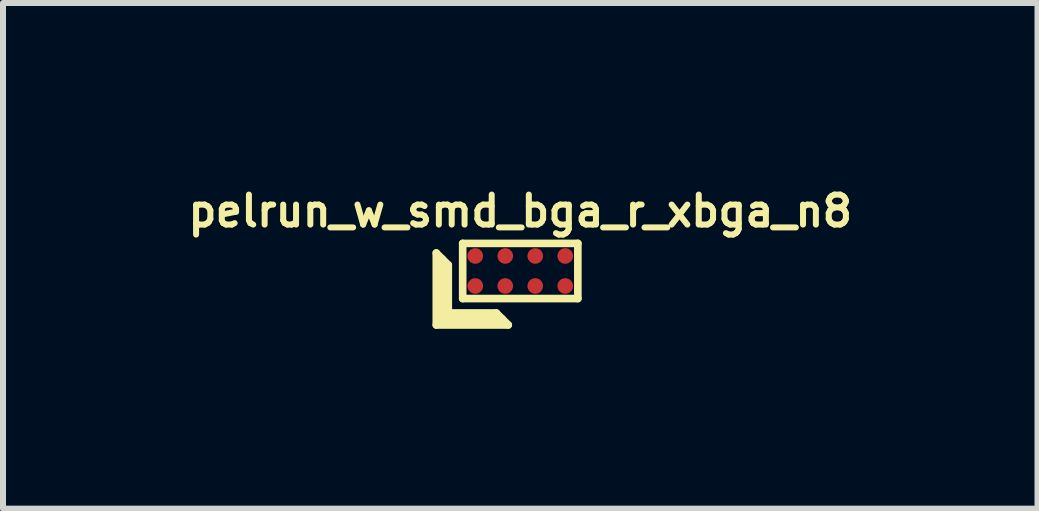
<source format=kicad_pcb>
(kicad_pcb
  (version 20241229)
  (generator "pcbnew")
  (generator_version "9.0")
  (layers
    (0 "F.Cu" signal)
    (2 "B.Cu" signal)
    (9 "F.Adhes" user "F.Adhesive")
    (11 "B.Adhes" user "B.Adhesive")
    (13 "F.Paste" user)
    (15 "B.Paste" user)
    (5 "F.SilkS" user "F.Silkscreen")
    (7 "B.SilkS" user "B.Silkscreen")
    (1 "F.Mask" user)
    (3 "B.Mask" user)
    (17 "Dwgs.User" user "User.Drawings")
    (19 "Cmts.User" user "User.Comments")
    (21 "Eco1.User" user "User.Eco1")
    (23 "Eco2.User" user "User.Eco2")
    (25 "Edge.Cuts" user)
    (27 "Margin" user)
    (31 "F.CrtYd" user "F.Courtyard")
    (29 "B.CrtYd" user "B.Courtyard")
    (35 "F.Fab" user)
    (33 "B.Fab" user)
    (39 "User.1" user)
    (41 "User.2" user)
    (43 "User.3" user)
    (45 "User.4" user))
  (footprint "pelrun_w_smd_bga_r_xbga_n8"
    (layer "F.Cu")
    (at 5.624 1.468)
    (property "Reference" "pelrun_w_smd_bga_r_xbga_n8" (at 0 -1 0) (layer "F.SilkS") (effects (font (size 0.5 0.5) (thickness 0.1))))
    (attr through_hole)
    (fp_line (start -1.4 -0.3) (end -1.2 -0.1) (stroke (width 0.127) (type solid)) (layer "F.SilkS"))
    (fp_line (start -1.4 0.9) (end -1.4 -0.3) (stroke (width 0.127) (type solid)) (layer "F.SilkS"))
    (fp_line (start -1.3 -0.2) (end -1.3 0.8) (stroke (width 0.127) (type solid)) (layer "F.SilkS"))
    (fp_line (start -1.3 0.8) (end -0.3 0.8) (stroke (width 0.127) (type solid)) (layer "F.SilkS"))
    (fp_line (start -1.2 -0.1) (end -1.2 0.7) (stroke (width 0.127) (type solid)) (layer "F.SilkS"))
    (fp_line (start -1.2 0.7) (end -0.4 0.7) (stroke (width 0.127) (type solid)) (layer "F.SilkS"))
    (fp_line (start -0.96 -0.46) (end -0.96 0.46) (stroke (width 0.127) (type solid)) (layer "F.SilkS"))
    (fp_line (start -0.96 -0.46) (end 0.96 -0.46) (stroke (width 0.127) (type solid)) (layer "F.SilkS"))
    (fp_line (start -0.96 0.46) (end 0.96 0.46) (stroke (width 0.127) (type solid)) (layer "F.SilkS"))
    (fp_line (start -0.4 0.7) (end -0.2 0.9) (stroke (width 0.127) (type solid)) (layer "F.SilkS"))
    (fp_line (start -0.2 0.9) (end -1.4 0.9) (stroke (width 0.127) (type solid)) (layer "F.SilkS"))
    (fp_line (start 0.96 -0.46) (end 0.96 0.46) (stroke (width 0.127) (type solid)) (layer "F.SilkS"))
    (pad "A1" smd circle (at -0.75 0.25) (size 0.26 0.26) (layers "F.Cu" "F.Mask" "F.Paste"))
    (pad "A2" smd circle (at -0.75 -0.25) (size 0.26 0.26) (layers "F.Cu" "F.Mask" "F.Paste"))
    (pad "B1" smd circle (at -0.25 0.25) (size 0.26 0.26) (layers "F.Cu" "F.Mask" "F.Paste"))
    (pad "B2" smd circle (at -0.25 -0.25) (size 0.26 0.26) (layers "F.Cu" "F.Mask" "F.Paste"))
    (pad "C1" smd circle (at 0.25 0.25) (size 0.26 0.26) (layers "F.Cu" "F.Mask" "F.Paste"))
    (pad "C2" smd circle (at 0.25 -0.25) (size 0.26 0.26) (layers "F.Cu" "F.Mask" "F.Paste"))
    (pad "D1" smd circle (at 0.75 0.25) (size 0.26 0.26) (layers "F.Cu" "F.Mask" "F.Paste"))
    (pad "D2" smd circle (at 0.75 -0.25) (size 0.26 0.26) (layers "F.Cu" "F.Mask" "F.Paste")))
  (gr_rect
    (start -3 -3)
    (end 14.248 5.431)
    (stroke (width 0.1) (type default))
    (fill no)
    (layer "Edge.Cuts")))
</source>
